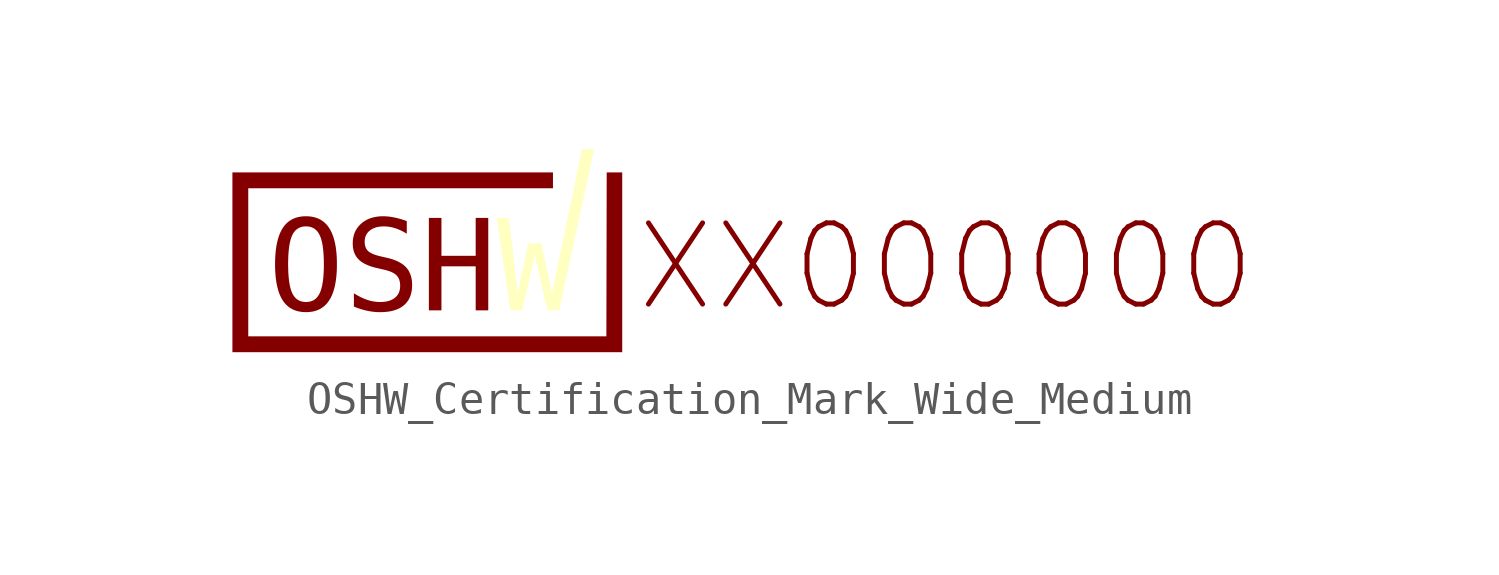
<source format=kicad_sym>
(kicad_symbol_lib
  (version 20220914)
  (generator kicad_symbol_editor)
  (symbol "OSHW_Certification_Mark_Wide_Medium"
    (property "Reference" "LOGO"
      (at 0 0 0)
      (effects (font (size 1.27 1.27)) hide))
    (symbol "OSHW_Certification_Mark_Wide_Medium_0_1"
      (polyline (pts (xy -2.783 -0.429) (xy -2.783 -0.429) (xy -2.783 -0.429)) (stroke (width -0.0001) (type default)) (fill (type outline)))
      (polyline (pts (xy 6 -3.137) (xy -6 -3.137) (xy -6 2.398) (xy -6 2.398) (xy 3.868 2.398) (xy 3.868 1.91) (xy -5.512 1.91) (xy -5.512 -2.649) (xy 5.512 -2.649) (xy 5.522 2.398) (xy 6 2.398)) (stroke (width -0.0001) (type default)) (fill (type outline)))
      (polyline (pts (xy 0.435 -0.17) (xy 1.489 -0.17) (xy 1.489 0.997) (xy 1.876 0.997) (xy 1.876 -1.849) (xy 1.489 -1.849) (xy 1.489 -0.494) (xy 0.435 -0.494) (xy 0.435 -1.849) (xy 0.048 -1.849) (xy 0.048 0.997) (xy 0.435 0.997)) (stroke (width -0.0001) (type default)) (fill (type outline)))
      (polyline (pts (xy -3.676 1.047) (xy -3.619 1.042) (xy -3.563 1.035) (xy -3.51 1.025) (xy -3.458 1.012) (xy -3.409 0.997) (xy -3.361 0.978) (xy -3.315 0.957) (xy -3.272 0.932) (xy -3.23 0.905) (xy -3.19 0.875) (xy -3.152 0.842) (xy -3.115 0.807) (xy -3.081 0.768) (xy -3.049 0.727) (xy -3.019 0.682) (xy -2.99 0.635) (xy -2.963 0.585) (xy -2.939 0.532) (xy -2.916 0.476) (xy -2.894 0.416) (xy -2.875 0.354) (xy -2.857 0.289) (xy -2.842 0.222) (xy -2.828 0.151) (xy -2.816 0.077) (xy -2.806 -0.0002) (xy -2.797 -0.08) (xy -2.791 -0.163) (xy -2.786 -0.249) (xy -2.784 -0.337) (xy -2.783 -0.429) (xy -2.784 -0.52) (xy -2.786 -0.609) (xy -2.791 -0.694) (xy -2.797 -0.777) (xy -2.806 -0.857) (xy -2.816 -0.933) (xy -2.828 -1.007) (xy -2.842 -1.078) (xy -2.857 -1.146) (xy -2.875 -1.211) (xy -2.894 -1.273) (xy -2.916 -1.332) (xy -2.939 -1.388) (xy -2.963 -1.441) (xy -2.99 -1.491) (xy -3.019 -1.538) (xy -3.034 -1.561) (xy -3.049 -1.583) (xy -3.065 -1.604) (xy -3.081 -1.624) (xy -3.098 -1.644) (xy -3.115 -1.663) (xy -3.133 -1.681) (xy -3.152 -1.698) (xy -3.17 -1.715) (xy -3.19 -1.731) (xy -3.209 -1.747) (xy -3.23 -1.761) (xy -3.25 -1.775) (xy -3.272 -1.788) (xy -3.293 -1.801) (xy -3.315 -1.813) (xy -3.338 -1.824) (xy -3.361 -1.834) (xy -3.385 -1.844) (xy -3.409 -1.853) (xy -3.433 -1.861) (xy -3.458 -1.869) (xy -3.484 -1.875) (xy -3.51 -1.881) (xy -3.536 -1.887) (xy -3.563 -1.891) (xy -3.619 -1.899) (xy -3.676 -1.903) (xy -3.736 -1.904) (xy -3.795 -1.903) (xy -3.852 -1.899) (xy -3.908 -1.891) (xy -3.961 -1.881) (xy -4.013 -1.869) (xy -4.062 -1.853) (xy -4.11 -1.835) (xy -4.156 -1.813) (xy -4.2 -1.789) (xy -4.242 -1.762) (xy -4.282 -1.732) (xy -4.319 -1.699) (xy -4.356 -1.664) (xy -4.39 -1.625) (xy -4.422 -1.584) (xy -4.452 -1.54) (xy -4.481 -1.493) (xy -4.507 -1.443) (xy -4.532 -1.39) (xy -4.555 -1.334) (xy -4.576 -1.275) (xy -4.595 -1.213) (xy -4.612 -1.148) (xy -4.628 -1.08) (xy -4.642 -1.009) (xy -4.654 -0.935) (xy -4.664 -0.859) (xy -4.672 -0.779) (xy -4.678 -0.696) (xy -4.683 -0.61) (xy -4.686 -0.521) (xy -4.687 -0.429) (xy -4.285 -0.429) (xy -4.282 -0.58) (xy -4.277 -0.719) (xy -4.266 -0.848) (xy -4.253 -0.965) (xy -4.244 -1.02) (xy -4.235 -1.071) (xy -4.224 -1.12) (xy -4.213 -1.166) (xy -4.2 -1.21) (xy -4.187 -1.25) (xy -4.172 -1.288) (xy -4.157 -1.323) (xy -4.14 -1.355) (xy -4.131 -1.371) (xy -4.122 -1.386) (xy -4.112 -1.4) (xy -4.103 -1.414) (xy -4.092 -1.428) (xy -4.082 -1.44) (xy -4.071 -1.453) (xy -4.06 -1.465) (xy -4.048 -1.476) (xy -4.037 -1.487) (xy -4.025 -1.497) (xy -4.012 -1.507) (xy -4 -1.516) (xy -3.987 -1.524) (xy -3.973 -1.532) (xy -3.96 -1.54) (xy -3.946 -1.547) (xy -3.932 -1.554) (xy -3.917 -1.56) (xy -3.902 -1.565) (xy -3.887 -1.57) (xy -3.871 -1.575) (xy -3.855 -1.579) (xy -3.839 -1.582) (xy -3.823 -1.585) (xy -3.806 -1.587) (xy -3.789 -1.589) (xy -3.771 -1.591) (xy -3.736 -1.592) (xy -3.7 -1.591) (xy -3.665 -1.587) (xy -3.631 -1.582) (xy -3.599 -1.575) (xy -3.568 -1.565) (xy -3.539 -1.554) (xy -3.51 -1.54) (xy -3.483 -1.525) (xy -3.458 -1.507) (xy -3.433 -1.487) (xy -3.41 -1.466) (xy -3.389 -1.442) (xy -3.368 -1.415) (xy -3.349 -1.387) (xy -3.331 -1.357) (xy -3.314 -1.325) (xy -3.299 -1.29) (xy -3.284 -1.252) (xy -3.27 -1.211) (xy -3.258 -1.168) (xy -3.246 -1.122) (xy -3.235 -1.073) (xy -3.226 -1.021) (xy -3.217 -0.966) (xy -3.209 -0.909) (xy -3.203 -0.849) (xy -3.197 -0.786) (xy -3.193 -0.72) (xy -3.189 -0.651) (xy -3.187 -0.58) (xy -3.185 -0.506) (xy -3.185 -0.429) (xy -3.187 -0.278) (xy -3.193 -0.138) (xy -3.203 -0.009) (xy -3.217 0.109) (xy -3.226 0.163) (xy -3.235 0.215) (xy -3.246 0.264) (xy -3.258 0.31) (xy -3.27 0.353) (xy -3.284 0.394) (xy -3.299 0.432) (xy -3.314 0.467) (xy -3.331 0.499) (xy -3.34 0.515) (xy -3.349 0.53) (xy -3.358 0.544) (xy -3.368 0.558) (xy -3.378 0.572) (xy -3.389 0.585) (xy -3.399 0.597) (xy -3.41 0.609) (xy -3.422 0.62) (xy -3.433 0.631) (xy -3.446 0.641) (xy -3.458 0.651) (xy -3.47 0.66) (xy -3.483 0.668) (xy -3.497 0.677) (xy -3.51 0.684) (xy -3.524 0.691) (xy -3.539 0.698) (xy -3.553 0.704) (xy -3.568 0.709) (xy -3.584 0.714) (xy -3.599 0.719) (xy -3.615 0.723) (xy -3.631 0.726) (xy -3.648 0.729) (xy -3.665 0.732) (xy -3.682 0.733) (xy -3.7 0.735) (xy -3.736 0.736) (xy -3.771 0.735) (xy -3.806 0.732) (xy -3.839 0.726) (xy -3.871 0.719) (xy -3.902 0.709) (xy -3.932 0.698) (xy -3.96 0.684) (xy -3.987 0.668) (xy -4.012 0.651) (xy -4.037 0.631) (xy -4.06 0.609) (xy -4.082 0.585) (xy -4.103 0.558) (xy -4.122 0.53) (xy -4.14 0.499) (xy -4.157 0.467) (xy -4.172 0.432) (xy -4.187 0.394) (xy -4.2 0.353) (xy -4.213 0.31) (xy -4.224 0.264) (xy -4.235 0.215) (xy -4.244 0.163) (xy -4.253 0.109) (xy -4.26 0.051) (xy -4.266 -0.009) (xy -4.272 -0.072) (xy -4.277 -0.138) (xy -4.28 -0.206) (xy -4.282 -0.278) (xy -4.284 -0.352) (xy -4.285 -0.429) (xy -4.687 -0.429) (xy -4.686 -0.337) (xy -4.683 -0.249) (xy -4.678 -0.163) (xy -4.672 -0.08) (xy -4.664 -0.0002) (xy -4.654 0.077) (xy -4.642 0.151) (xy -4.628 0.222) (xy -4.612 0.289) (xy -4.595 0.354) (xy -4.576 0.416) (xy -4.555 0.476) (xy -4.532 0.532) (xy -4.507 0.585) (xy -4.481 0.635) (xy -4.452 0.682) (xy -4.437 0.705) (xy -4.422 0.727) (xy -4.406 0.748) (xy -4.389 0.768) (xy -4.372 0.788) (xy -4.355 0.807) (xy -4.337 0.825) (xy -4.319 0.842) (xy -4.3 0.859) (xy -4.281 0.875) (xy -4.261 0.891) (xy -4.241 0.905) (xy -4.22 0.919) (xy -4.199 0.932) (xy -4.177 0.945) (xy -4.155 0.957) (xy -4.132 0.968) (xy -4.109 0.978) (xy -4.086 0.988) (xy -4.061 0.997) (xy -4.037 1.005) (xy -4.012 1.012) (xy -3.986 1.019) (xy -3.961 1.025) (xy -3.907 1.035) (xy -3.852 1.042) (xy -3.795 1.047) (xy -3.736 1.048)) (stroke (width -0.0001) (type default)) (fill (type outline)))
      (polyline (pts (xy -1.317 1.047) (xy -1.275 1.045) (xy -1.233 1.042) (xy -1.19 1.038) (xy -1.147 1.033) (xy -1.103 1.026) (xy -1.058 1.018) (xy -1.013 1.01) (xy -0.968 1) (xy -0.921 0.989) (xy -0.875 0.977) (xy -0.827 0.964) (xy -0.779 0.949) (xy -0.731 0.934) (xy -0.682 0.917) (xy -0.632 0.899) (xy -0.632 0.508) (xy -0.676 0.536) (xy -0.72 0.561) (xy -0.764 0.585) (xy -0.808 0.607) (xy -0.852 0.627) (xy -0.896 0.646) (xy -0.94 0.663) (xy -0.985 0.678) (xy -1.028 0.691) (xy -1.073 0.703) (xy -1.117 0.713) (xy -1.161 0.721) (xy -1.205 0.727) (xy -1.25 0.732) (xy -1.294 0.734) (xy -1.339 0.735) (xy -1.373 0.735) (xy -1.405 0.733) (xy -1.437 0.731) (xy -1.468 0.727) (xy -1.498 0.723) (xy -1.528 0.717) (xy -1.556 0.711) (xy -1.583 0.703) (xy -1.61 0.695) (xy -1.635 0.685) (xy -1.66 0.675) (xy -1.684 0.663) (xy -1.706 0.651) (xy -1.728 0.637) (xy -1.75 0.623) (xy -1.77 0.607) (xy -1.789 0.591) (xy -1.807 0.575) (xy -1.824 0.557) (xy -1.839 0.539) (xy -1.853 0.52) (xy -1.866 0.5) (xy -1.878 0.48) (xy -1.889 0.459) (xy -1.898 0.438) (xy -1.906 0.415) (xy -1.913 0.392) (xy -1.918 0.368) (xy -1.923 0.344) (xy -1.926 0.319) (xy -1.927 0.293) (xy -1.928 0.266) (xy -1.928 0.243) (xy -1.927 0.221) (xy -1.925 0.199) (xy -1.922 0.177) (xy -1.918 0.157) (xy -1.914 0.137) (xy -1.908 0.118) (xy -1.902 0.1) (xy -1.895 0.082) (xy -1.888 0.065) (xy -1.879 0.049) (xy -1.87 0.034) (xy -1.86 0.019) (xy -1.849 0.005) (xy -1.838 -0.009) (xy -1.825 -0.022) (xy -1.811 -0.034) (xy -1.796 -0.046) (xy -1.78 -0.058) (xy -1.762 -0.069) (xy -1.742 -0.08) (xy -1.721 -0.091) (xy -1.699 -0.102) (xy -1.675 -0.113) (xy -1.651 -0.123) (xy -1.624 -0.133) (xy -1.596 -0.142) (xy -1.567 -0.152) (xy -1.536 -0.161) (xy -1.504 -0.17) (xy -1.471 -0.179) (xy -1.436 -0.187) (xy -1.234 -0.233) (xy -1.185 -0.245) (xy -1.138 -0.258) (xy -1.092 -0.272) (xy -1.048 -0.286) (xy -1.005 -0.302) (xy -0.965 -0.318) (xy -0.926 -0.335) (xy -0.888 -0.353) (xy -0.853 -0.372) (xy -0.819 -0.392) (xy -0.787 -0.412) (xy -0.756 -0.433) (xy -0.727 -0.455) (xy -0.7 -0.478) (xy -0.675 -0.502) (xy -0.651 -0.527) (xy -0.629 -0.552) (xy -0.608 -0.579) (xy -0.589 -0.607) (xy -0.571 -0.636) (xy -0.555 -0.666) (xy -0.54 -0.697) (xy -0.526 -0.73) (xy -0.514 -0.763) (xy -0.503 -0.798) (xy -0.494 -0.833) (xy -0.486 -0.87) (xy -0.479 -0.908) (xy -0.474 -0.948) (xy -0.471 -0.988) (xy -0.469 -1.029) (xy -0.468 -1.072) (xy -0.469 -1.122) (xy -0.472 -1.17) (xy -0.477 -1.217) (xy -0.484 -1.263) (xy -0.493 -1.307) (xy -0.503 -1.349) (xy -0.516 -1.39) (xy -0.531 -1.43) (xy -0.548 -1.468) (xy -0.566 -1.504) (xy -0.587 -1.539) (xy -0.61 -1.572) (xy -0.634 -1.604) (xy -0.661 -1.635) (xy -0.689 -1.664) (xy -0.72 -1.691) (xy -0.752 -1.717) (xy -0.786 -1.741) (xy -0.822 -1.764) (xy -0.86 -1.785) (xy -0.899 -1.804) (xy -0.941 -1.821) (xy -0.984 -1.837) (xy -1.028 -1.851) (xy -1.075 -1.864) (xy -1.123 -1.875) (xy -1.174 -1.884) (xy -1.226 -1.891) (xy -1.28 -1.897) (xy -1.335 -1.901) (xy -1.392 -1.904) (xy -1.452 -1.905) (xy -1.502 -1.904) (xy -1.552 -1.902) (xy -1.602 -1.899) (xy -1.652 -1.894) (xy -1.702 -1.888) (xy -1.753 -1.88) (xy -1.803 -1.871) (xy -1.854 -1.861) (xy -1.904 -1.85) (xy -1.955 -1.837) (xy -2.006 -1.823) (xy -2.056 -1.808) (xy -2.107 -1.791) (xy -2.158 -1.773) (xy -2.209 -1.754) (xy -2.26 -1.733) (xy -2.26 -1.323) (xy -2.205 -1.357) (xy -2.152 -1.388) (xy -2.099 -1.417) (xy -2.047 -1.444) (xy -1.995 -1.468) (xy -1.945 -1.49) (xy -1.895 -1.51) (xy -1.846 -1.527) (xy -1.797 -1.542) (xy -1.748 -1.556) (xy -1.699 -1.567) (xy -1.649 -1.576) (xy -1.6 -1.583) (xy -1.551 -1.588) (xy -1.501 -1.591) (xy -1.452 -1.592) (xy -1.416 -1.592) (xy -1.381 -1.59) (xy -1.347 -1.587) (xy -1.314 -1.584) (xy -1.282 -1.579) (xy -1.251 -1.574) (xy -1.221 -1.567) (xy -1.192 -1.56) (xy -1.165 -1.551) (xy -1.138 -1.542) (xy -1.112 -1.531) (xy -1.087 -1.519) (xy -1.063 -1.506) (xy -1.04 -1.493) (xy -1.019 -1.478) (xy -0.998 -1.462) (xy -0.978 -1.446) (xy -0.96 -1.428) (xy -0.943 -1.41) (xy -0.927 -1.39) (xy -0.912 -1.37) (xy -0.899 -1.349) (xy -0.887 -1.328) (xy -0.876 -1.305) (xy -0.867 -1.282) (xy -0.859 -1.258) (xy -0.852 -1.233) (xy -0.846 -1.207) (xy -0.842 -1.181) (xy -0.839 -1.153) (xy -0.837 -1.125) (xy -0.836 -1.097) (xy -0.836 -1.07) (xy -0.838 -1.045) (xy -0.84 -1.02) (xy -0.843 -0.996) (xy -0.847 -0.973) (xy -0.852 -0.951) (xy -0.858 -0.929) (xy -0.864 -0.908) (xy -0.872 -0.888) (xy -0.88 -0.869) (xy -0.889 -0.851) (xy -0.899 -0.833) (xy -0.91 -0.816) (xy -0.922 -0.8) (xy -0.935 -0.785) (xy -0.948 -0.771) (xy -0.963 -0.757) (xy -0.979 -0.743) (xy -0.996 -0.73) (xy -1.014 -0.718) (xy -1.034 -0.705) (xy -1.055 -0.694) (xy -1.077 -0.682) (xy -1.1 -0.671) (xy -1.125 -0.66) (xy -1.151 -0.65) (xy -1.179 -0.64) (xy -1.208 -0.631) (xy -1.238 -0.622) (xy -1.269 -0.613) (xy -1.301 -0.605) (xy -1.335 -0.597) (xy -1.541 -0.549) (xy -1.59 -0.538) (xy -1.637 -0.526) (xy -1.682 -0.513) (xy -1.726 -0.499) (xy -1.768 -0.485) (xy -1.808 -0.469) (xy -1.847 -0.454) (xy -1.883 -0.437) (xy -1.918 -0.42) (xy -1.952 -0.402) (xy -1.984 -0.383) (xy -2.014 -0.364) (xy -2.042 -0.344) (xy -2.069 -0.323) (xy -2.094 -0.301) (xy -2.117 -0.279) (xy -2.139 -0.256) (xy -2.159 -0.232) (xy -2.178 -0.207) (xy -2.195 -0.181) (xy -2.211 -0.154) (xy -2.226 -0.126) (xy -2.239 -0.097) (xy -2.251 -0.067) (xy -2.262 -0.036) (xy -2.271 -0.004) (xy -2.278 0.029) (xy -2.285 0.062) (xy -2.29 0.097) (xy -2.293 0.133) (xy -2.295 0.17) (xy -2.296 0.207) (xy -2.295 0.254) (xy -2.292 0.3) (xy -2.287 0.345) (xy -2.28 0.388) (xy -2.271 0.43) (xy -2.26 0.472) (xy -2.247 0.511) (xy -2.232 0.55) (xy -2.215 0.588) (xy -2.196 0.624) (xy -2.175 0.659) (xy -2.152 0.693) (xy -2.127 0.726) (xy -2.1 0.757) (xy -2.071 0.788) (xy -2.041 0.817) (xy -2.008 0.845) (xy -1.974 0.871) (xy -1.938 0.895) (xy -1.901 0.918) (xy -1.863 0.939) (xy -1.824 0.958) (xy -1.783 0.975) (xy -1.741 0.99) (xy -1.698 1.004) (xy -1.653 1.015) (xy -1.607 1.025) (xy -1.56 1.033) (xy -1.512 1.04) (xy -1.462 1.044) (xy -1.411 1.047) (xy -1.358 1.048)) (stroke (width -0.0001) (type default)) (fill (type outline))))
    (symbol "OSHW_Certification_Mark_Wide_Medium_1_1"
      (polyline (pts (xy 4.061 -1.849) (xy 3.696 -1.849) (xy 3.309 -0.158) (xy 2.925 -1.849) (xy 2.561 -1.849) (xy 2.135 0.997) (xy 2.511 0.997) (xy 2.784 -1.313) (xy 3.107 0.215) (xy 3.51 0.215) (xy 3.837 -1.317) (xy 4.761 3.111) (xy 5.136 3.111)) (stroke (width -0.0001) (type default)) (fill (type background)))
      (text "XX000000" (at 6.35 -0.508 0) (effects (font (size 2.5 2.5)) (justify left))))))
</source>
